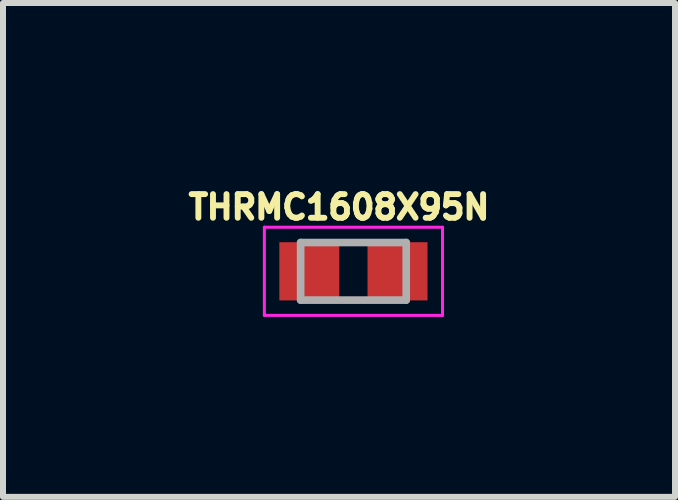
<source format=kicad_pcb>
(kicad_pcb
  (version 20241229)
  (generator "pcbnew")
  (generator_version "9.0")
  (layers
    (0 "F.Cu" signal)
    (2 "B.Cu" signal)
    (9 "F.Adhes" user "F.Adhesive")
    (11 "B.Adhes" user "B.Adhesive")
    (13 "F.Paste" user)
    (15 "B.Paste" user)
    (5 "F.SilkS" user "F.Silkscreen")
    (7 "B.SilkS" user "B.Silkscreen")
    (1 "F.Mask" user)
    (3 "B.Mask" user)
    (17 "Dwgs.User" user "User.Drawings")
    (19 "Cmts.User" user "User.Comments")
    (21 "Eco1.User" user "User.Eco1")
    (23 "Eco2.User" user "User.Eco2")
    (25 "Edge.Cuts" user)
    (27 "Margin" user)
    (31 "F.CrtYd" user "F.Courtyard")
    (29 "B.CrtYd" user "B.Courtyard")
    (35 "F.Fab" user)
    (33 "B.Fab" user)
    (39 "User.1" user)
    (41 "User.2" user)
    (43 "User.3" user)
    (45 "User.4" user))
  (footprint "THRMC1608X95N"
    (layer "F.Cu")
    (at 2.842 1.473)
    (property "Reference" "THRMC1608X95N" (at -0.24 -1.07 0) (layer "F.SilkS") (effects (font (size 0.394 0.394) (thickness 0.15))))
    (attr smd)
    (fp_line (start -1.485 -0.735) (end 1.485 -0.735) (stroke (width 0.05) (type solid)) (layer "F.CrtYd"))
    (fp_line (start -1.485 0.735) (end -1.485 -0.735) (stroke (width 0.05) (type solid)) (layer "F.CrtYd"))
    (fp_line (start -1.485 0.735) (end 1.485 0.735) (stroke (width 0.05) (type solid)) (layer "F.CrtYd"))
    (fp_line (start 1.485 0.735) (end 1.485 -0.735) (stroke (width 0.05) (type solid)) (layer "F.CrtYd"))
    (fp_line (start -0.88 0.48) (end -0.88 -0.48) (stroke (width 0.127) (type solid)) (layer "F.Fab"))
    (fp_line (start 0.88 -0.48) (end -0.88 -0.48) (stroke (width 0.127) (type solid)) (layer "F.Fab"))
    (fp_line (start 0.88 0.48) (end -0.88 0.48) (stroke (width 0.127) (type solid)) (layer "F.Fab"))
    (fp_line (start 0.88 0.48) (end 0.88 -0.48) (stroke (width 0.127) (type solid)) (layer "F.Fab"))
    (pad "1" smd rect (at -0.735 0) (size 1 0.97) (layers "F.Cu" "F.Mask" "F.Paste"))
    (pad "2" smd rect (at 0.735 0) (size 1 0.97) (layers "F.Cu" "F.Mask" "F.Paste")))
  (gr_rect
    (start -3 -3)
    (end 8.203 5.233)
    (stroke (width 0.1) (type default))
    (fill no)
    (layer "Edge.Cuts")))
</source>
